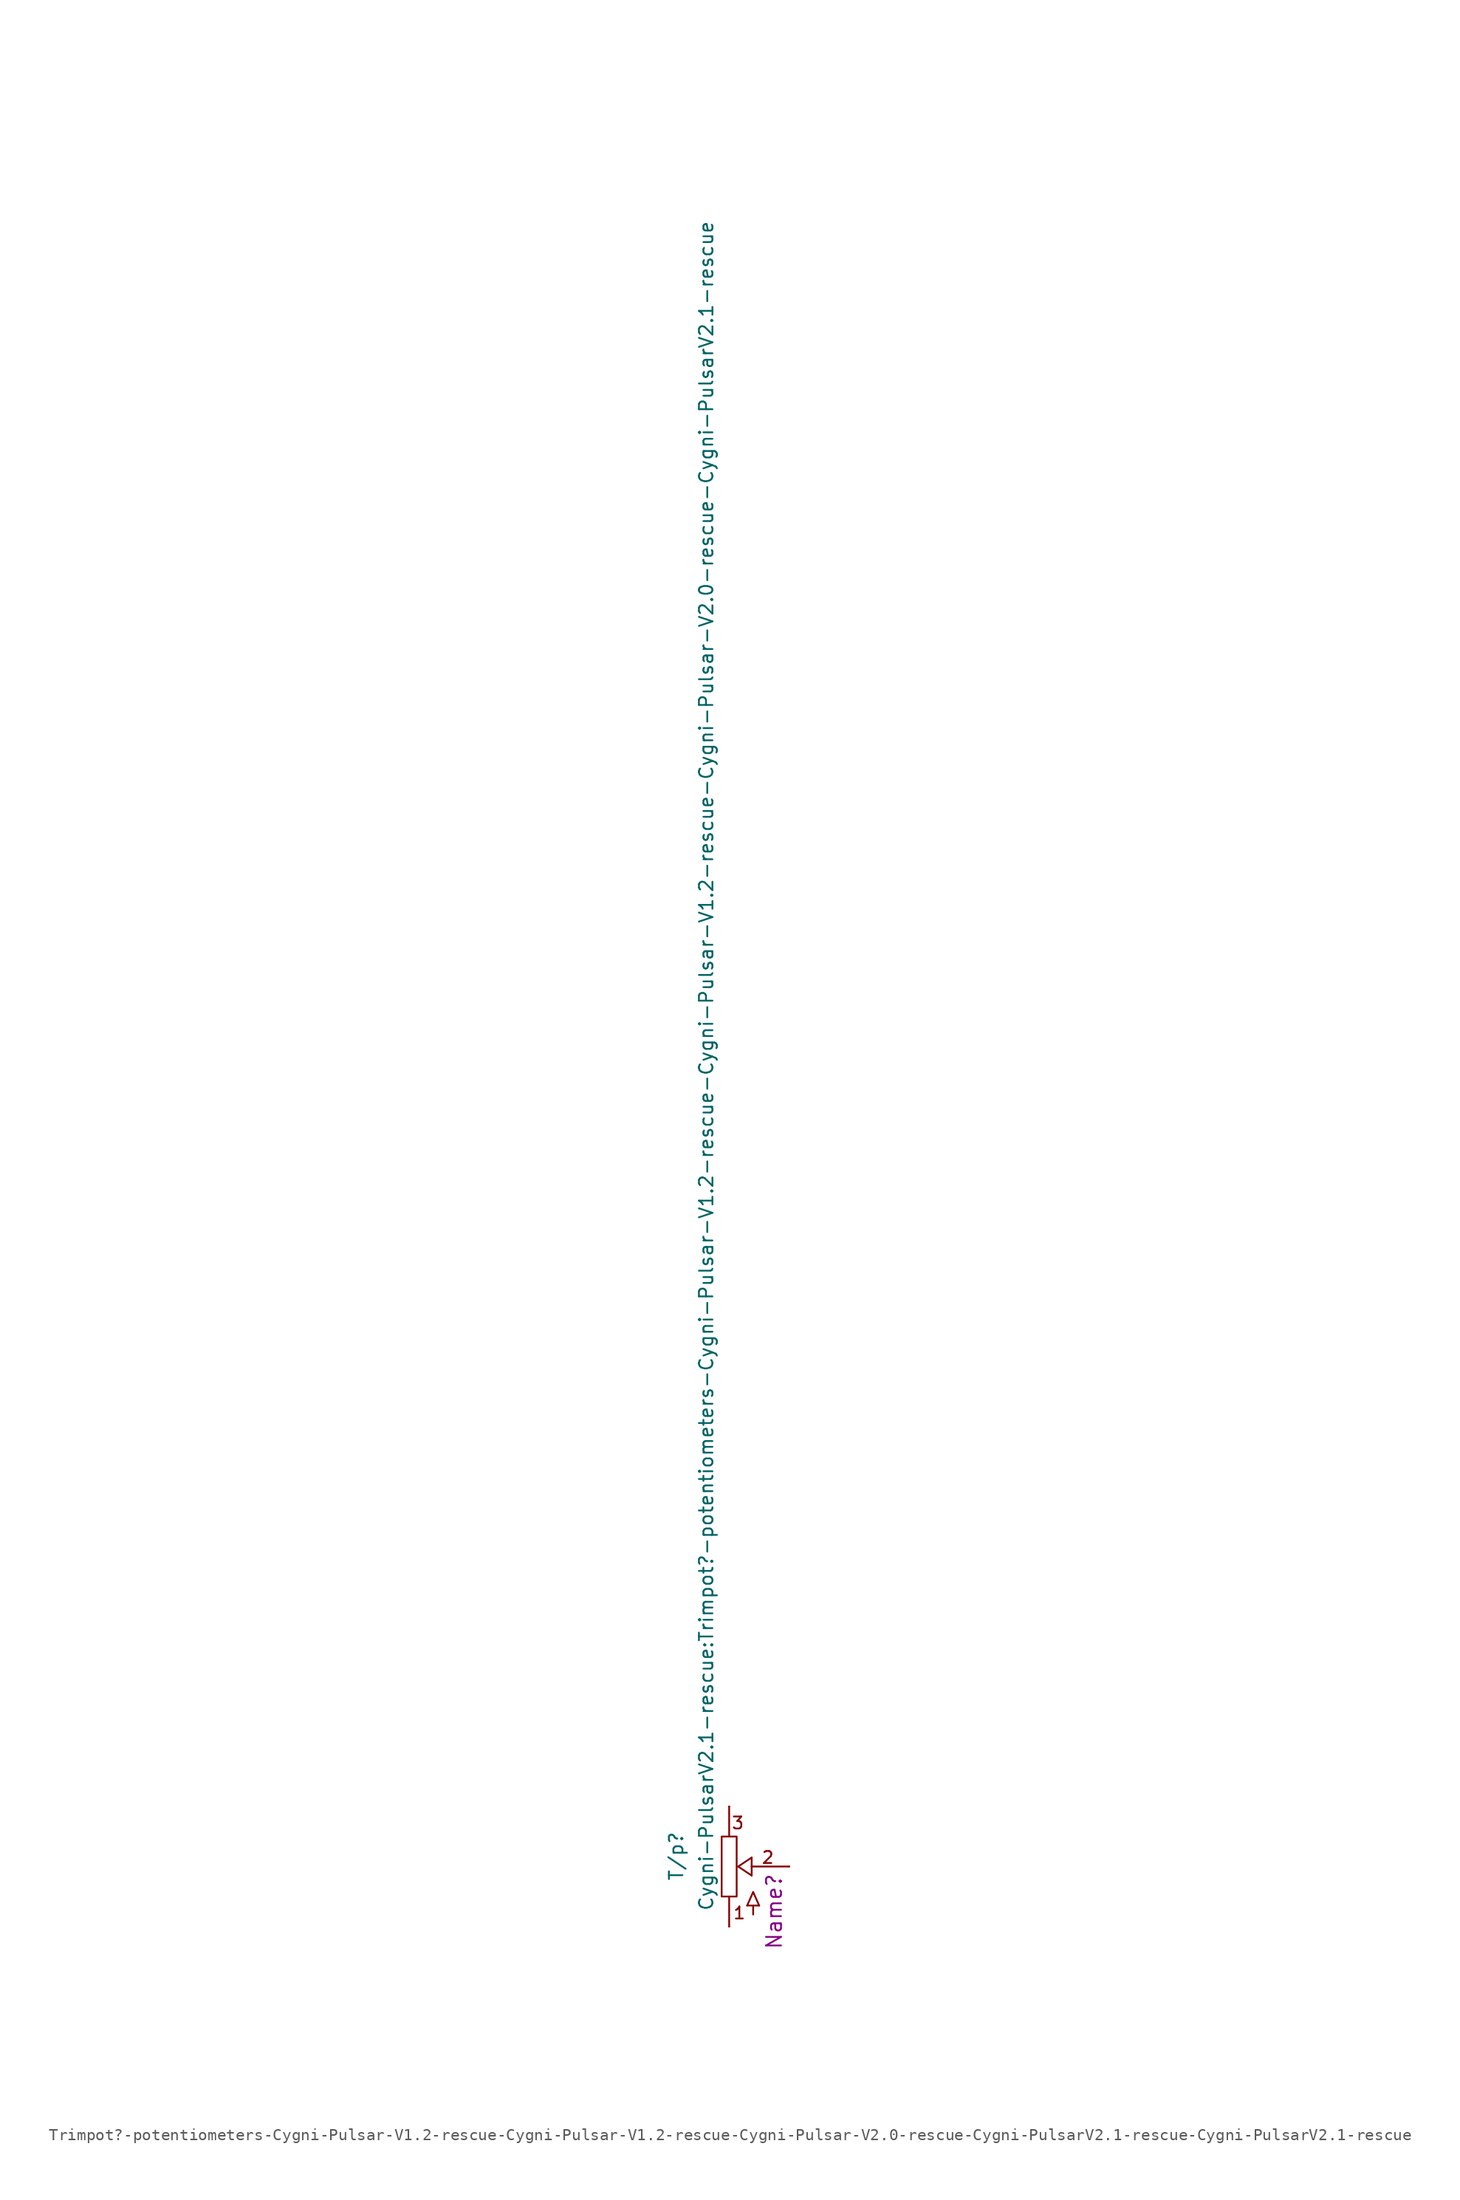
<source format=kicad_sym>
(kicad_symbol_lib
  (version 20220914)
  (generator kicad_symbol_editor)
  (symbol "Trimpot?-potentiometers-Cygni-Pulsar-V1.2-rescue-Cygni-Pulsar-V1.2-rescue-Cygni-Pulsar-V2.0-rescue-Cygni-PulsarV2.1-rescue-Cygni-PulsarV2.1-rescue"
    (pin_numbers hide)
    (pin_names
      (offset 1.016) hide)
    (property "Reference" "T/p"
      (at -3.81 -1.27 90)
      (effects (font (size 1.143 1.143)) (justify left bottom)))
    (property "Value" "Cygni-PulsarV2.1-rescue:Trimpot?-potentiometers-Cygni-Pulsar-V1.2-rescue-Cygni-Pulsar-V1.2-rescue-Cygni-Pulsar-V2.0-rescue-Cygni-PulsarV2.1-rescue"
      (at -1.27 -3.81 90)
      (effects (font (size 1.143 1.143)) (justify left bottom)))
    (property "Name" "Name?"
      (at 3.81 -3.81 90)
      (effects (font (size 1.27 1.27))))
    (property "ki_locked" ""
      (at 0 0 0)
      (effects (font (size 1.27 1.27))))
    (symbol "Trimpot?-potentiometers-Cygni-Pulsar-V1.2-rescue-Cygni-Pulsar-V1.2-rescue-Cygni-Pulsar-V2.0-rescue-Cygni-PulsarV2.1-rescue-Cygni-PulsarV2.1-rescue_0_1"
      (polyline (pts (xy 1.905 0) (xy 5.08 0)) (stroke (width 0) (type solid)) (fill (type none)))
      (polyline (pts (xy -0.635 2.54) (xy 0.635 2.54) (xy 0.635 -2.54) (xy -0.635 -2.54) (xy -0.635 2.54)) (stroke (width 0) (type solid)) (fill (type none))))
    (symbol "Trimpot?-potentiometers-Cygni-Pulsar-V1.2-rescue-Cygni-Pulsar-V1.2-rescue-Cygni-Pulsar-V2.0-rescue-Cygni-PulsarV2.1-rescue-Cygni-PulsarV2.1-rescue_1_0"
      (polyline (pts (xy 0 -2.54) (xy 0 -5.08)) (stroke (width 0) (type solid)) (fill (type none)))
      (polyline (pts (xy 0 2.54) (xy 0 5.08)) (stroke (width 0) (type solid)) (fill (type none)))
      (polyline (pts (xy 0.762 0) (xy 1.905 0.762)) (stroke (width 0) (type solid)) (fill (type none)))
      (polyline (pts (xy 1.524 -3.302) (xy 2.032 -2.159)) (stroke (width 0) (type solid)) (fill (type none)))
      (polyline (pts (xy 1.905 -0.762) (xy 0.762 0)) (stroke (width 0) (type solid)) (fill (type none)))
      (polyline (pts (xy 1.905 0) (xy 1.905 -0.762)) (stroke (width 0) (type solid)) (fill (type none)))
      (polyline (pts (xy 1.905 0.762) (xy 1.905 0)) (stroke (width 0) (type solid)) (fill (type none)))
      (polyline (pts (xy 2.032 -3.302) (xy 1.524 -3.302)) (stroke (width 0) (type solid)) (fill (type none)))
      (polyline (pts (xy 2.032 -3.302) (xy 2.032 -4.064)) (stroke (width 0) (type solid)) (fill (type none)))
      (polyline (pts (xy 2.032 -2.159) (xy 2.54 -3.302)) (stroke (width 0) (type solid)) (fill (type none)))
      (polyline (pts (xy 2.54 -3.302) (xy 2.032 -3.302)) (stroke (width 0) (type solid)) (fill (type none)))
      (text "1" (at 0.864 -3.937 0) (effects (font (size 1.016 1.016))))
      (text "2" (at 3.277 0.762 0) (effects (font (size 1.016 1.016))))
      (text "3" (at 0.737 3.683 0) (effects (font (size 1.016 1.016)))))
    (symbol "Trimpot?-potentiometers-Cygni-Pulsar-V1.2-rescue-Cygni-Pulsar-V1.2-rescue-Cygni-Pulsar-V2.0-rescue-Cygni-PulsarV2.1-rescue-Cygni-PulsarV2.1-rescue_1_1"
      (pin passive line (at 0 -5.08 90) (length 0) (name "1" (effects (font (size 1.016 1.016)))) (number "1" (effects (font (size 1.016 1.016)))))
      (pin passive line (at 5.08 0 180) (length 0) (name "2" (effects (font (size 1.016 1.016)))) (number "2" (effects (font (size 1.016 1.016)))))
      (pin passive line (at 0 5.08 270) (length 0) (name "3" (effects (font (size 1.016 1.016)))) (number "3" (effects (font (size 1.016 1.016))))))))
</source>
